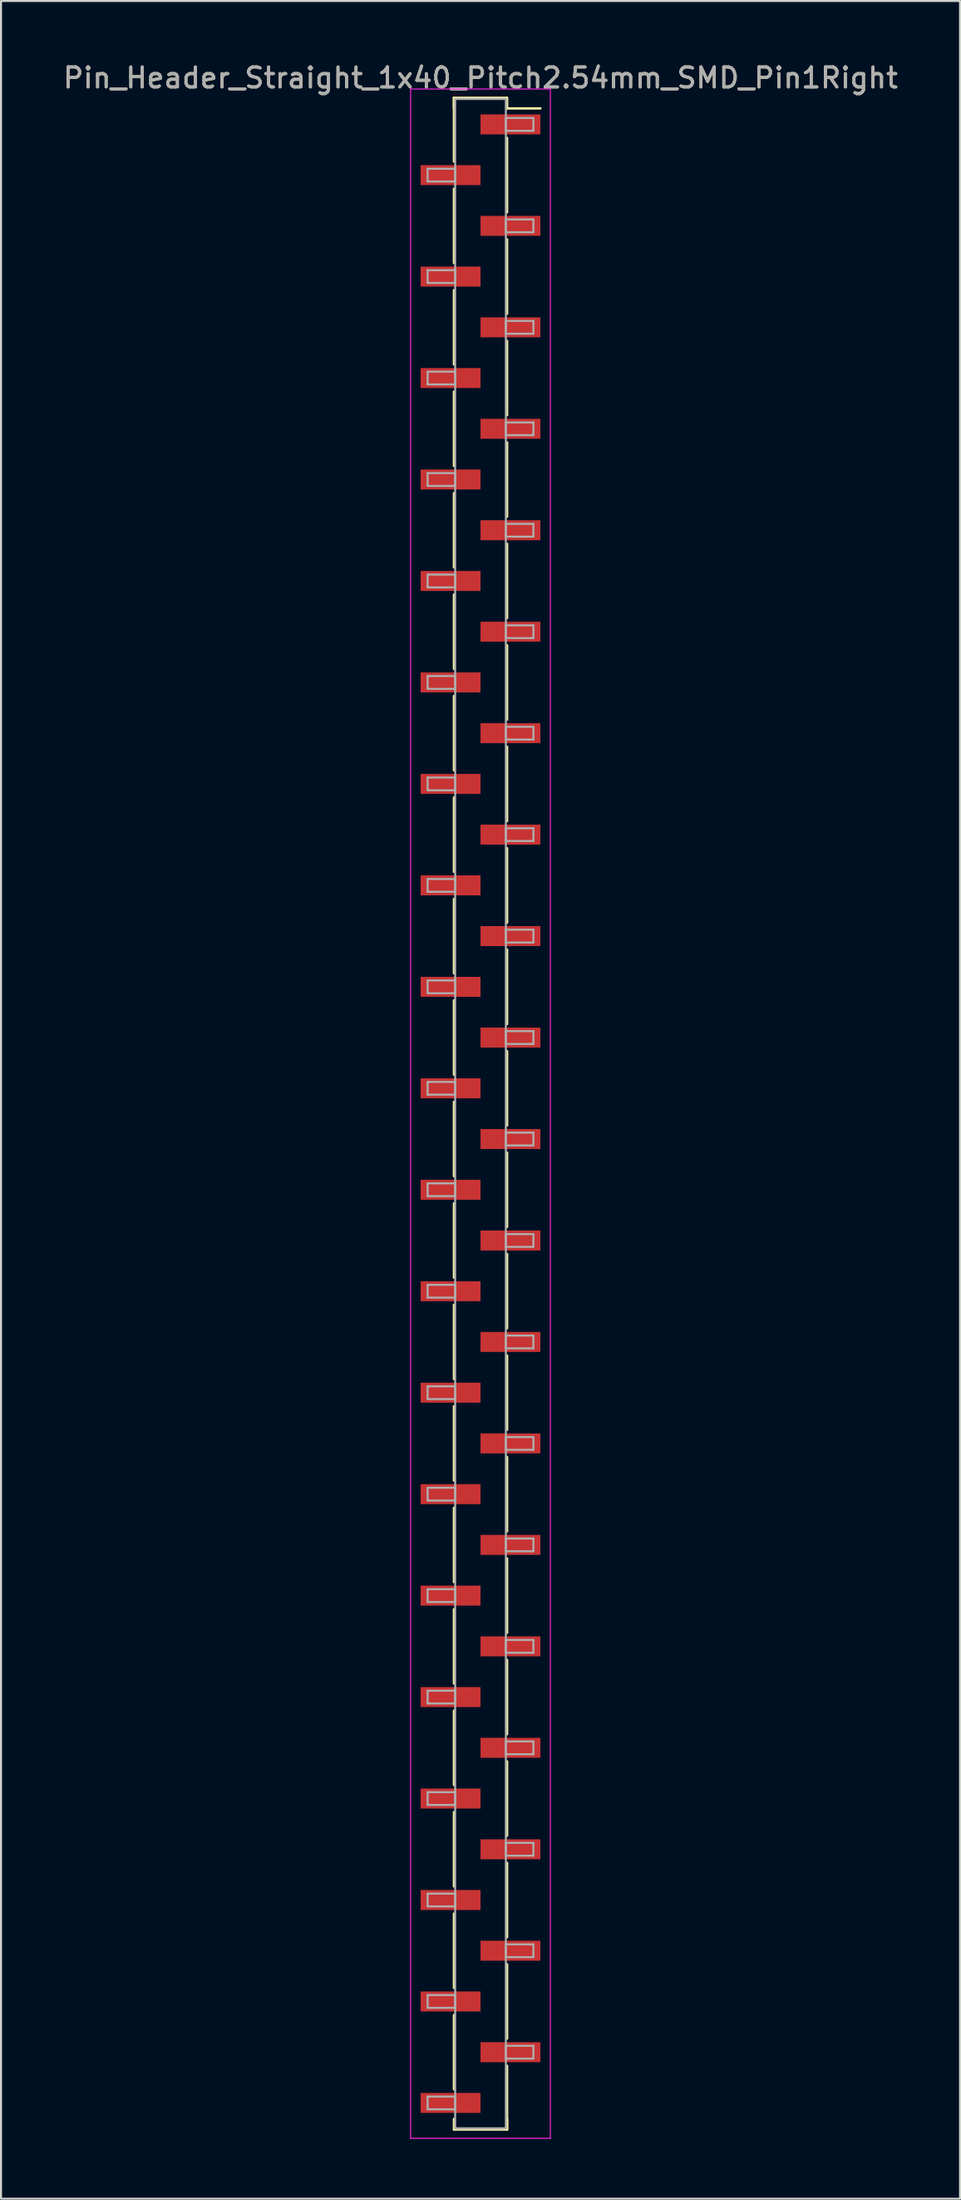
<source format=kicad_pcb>
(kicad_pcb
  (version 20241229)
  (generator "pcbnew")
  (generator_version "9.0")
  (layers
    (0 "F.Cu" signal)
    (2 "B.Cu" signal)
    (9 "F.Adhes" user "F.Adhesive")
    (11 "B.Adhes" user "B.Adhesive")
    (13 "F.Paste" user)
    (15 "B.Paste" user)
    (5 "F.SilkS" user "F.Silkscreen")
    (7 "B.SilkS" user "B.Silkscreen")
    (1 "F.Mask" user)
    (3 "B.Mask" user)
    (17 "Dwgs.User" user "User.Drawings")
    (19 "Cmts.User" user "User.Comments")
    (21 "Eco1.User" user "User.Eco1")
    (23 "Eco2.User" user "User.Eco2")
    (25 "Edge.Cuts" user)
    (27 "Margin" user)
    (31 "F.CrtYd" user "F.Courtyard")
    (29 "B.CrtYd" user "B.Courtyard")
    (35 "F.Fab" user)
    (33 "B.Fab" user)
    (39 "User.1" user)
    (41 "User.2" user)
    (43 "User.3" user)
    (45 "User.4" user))
  (footprint "Pin_Header_Straight_1x40_Pitch2.54mm_SMD_Pin1Right"
    (layer "F.Cu")
    (at 21.03 52.708)
    (property "Reference" "Pin_Header_Straight_1x40_Pitch2.54mm_SMD_Pin1Right" (at 0 -51.86 0) (layer "F.SilkS") (effects (font (size 1 1) (thickness 0.15))))
    (attr smd)
    (fp_line (start -1.33 -50.86) (end -1.33 -47.67) (stroke (width 0.12) (type solid)) (layer "F.SilkS"))
    (fp_line (start -1.33 -50.86) (end 1.33 -50.86) (stroke (width 0.12) (type solid)) (layer "F.SilkS"))
    (fp_line (start -1.33 -50.33) (end -1.33 -50.86) (stroke (width 0.12) (type solid)) (layer "F.SilkS"))
    (fp_line (start -1.33 -46.31) (end -1.33 -42.59) (stroke (width 0.12) (type solid)) (layer "F.SilkS"))
    (fp_line (start -1.33 -41.23) (end -1.33 -37.51) (stroke (width 0.12) (type solid)) (layer "F.SilkS"))
    (fp_line (start -1.33 -36.15) (end -1.33 -32.43) (stroke (width 0.12) (type solid)) (layer "F.SilkS"))
    (fp_line (start -1.33 -31.07) (end -1.33 -27.35) (stroke (width 0.12) (type solid)) (layer "F.SilkS"))
    (fp_line (start -1.33 -25.99) (end -1.33 -22.27) (stroke (width 0.12) (type solid)) (layer "F.SilkS"))
    (fp_line (start -1.33 -20.91) (end -1.33 -17.19) (stroke (width 0.12) (type solid)) (layer "F.SilkS"))
    (fp_line (start -1.33 -15.83) (end -1.33 -12.11) (stroke (width 0.12) (type solid)) (layer "F.SilkS"))
    (fp_line (start -1.33 -10.75) (end -1.33 -7.03) (stroke (width 0.12) (type solid)) (layer "F.SilkS"))
    (fp_line (start -1.33 -5.67) (end -1.33 -1.95) (stroke (width 0.12) (type solid)) (layer "F.SilkS"))
    (fp_line (start -1.33 -0.59) (end -1.33 3.13) (stroke (width 0.12) (type solid)) (layer "F.SilkS"))
    (fp_line (start -1.33 4.49) (end -1.33 8.21) (stroke (width 0.12) (type solid)) (layer "F.SilkS"))
    (fp_line (start -1.33 9.57) (end -1.33 13.29) (stroke (width 0.12) (type solid)) (layer "F.SilkS"))
    (fp_line (start -1.33 14.65) (end -1.33 18.37) (stroke (width 0.12) (type solid)) (layer "F.SilkS"))
    (fp_line (start -1.33 19.73) (end -1.33 23.45) (stroke (width 0.12) (type solid)) (layer "F.SilkS"))
    (fp_line (start -1.33 24.81) (end -1.33 28.53) (stroke (width 0.12) (type solid)) (layer "F.SilkS"))
    (fp_line (start -1.33 29.89) (end -1.33 33.61) (stroke (width 0.12) (type solid)) (layer "F.SilkS"))
    (fp_line (start -1.33 34.97) (end -1.33 38.69) (stroke (width 0.12) (type solid)) (layer "F.SilkS"))
    (fp_line (start -1.33 40.05) (end -1.33 43.77) (stroke (width 0.12) (type solid)) (layer "F.SilkS"))
    (fp_line (start -1.33 45.13) (end -1.33 48.85) (stroke (width 0.12) (type solid)) (layer "F.SilkS"))
    (fp_line (start -1.33 50.33) (end -1.33 50.86) (stroke (width 0.12) (type solid)) (layer "F.SilkS"))
    (fp_line (start -1.33 50.86) (end 1.33 50.86) (stroke (width 0.12) (type solid)) (layer "F.SilkS"))
    (fp_line (start 1.33 -50.86) (end 1.33 -50.33) (stroke (width 0.12) (type solid)) (layer "F.SilkS"))
    (fp_line (start 1.33 -50.33) (end 3 -50.33) (stroke (width 0.12) (type solid)) (layer "F.SilkS"))
    (fp_line (start 1.33 -48.85) (end 1.33 -45.13) (stroke (width 0.12) (type solid)) (layer "F.SilkS"))
    (fp_line (start 1.33 -43.77) (end 1.33 -40.05) (stroke (width 0.12) (type solid)) (layer "F.SilkS"))
    (fp_line (start 1.33 -38.69) (end 1.33 -34.97) (stroke (width 0.12) (type solid)) (layer "F.SilkS"))
    (fp_line (start 1.33 -33.61) (end 1.33 -29.89) (stroke (width 0.12) (type solid)) (layer "F.SilkS"))
    (fp_line (start 1.33 -28.53) (end 1.33 -24.81) (stroke (width 0.12) (type solid)) (layer "F.SilkS"))
    (fp_line (start 1.33 -23.45) (end 1.33 -19.73) (stroke (width 0.12) (type solid)) (layer "F.SilkS"))
    (fp_line (start 1.33 -18.37) (end 1.33 -14.65) (stroke (width 0.12) (type solid)) (layer "F.SilkS"))
    (fp_line (start 1.33 -13.29) (end 1.33 -9.57) (stroke (width 0.12) (type solid)) (layer "F.SilkS"))
    (fp_line (start 1.33 -8.21) (end 1.33 -4.49) (stroke (width 0.12) (type solid)) (layer "F.SilkS"))
    (fp_line (start 1.33 -3.13) (end 1.33 0.59) (stroke (width 0.12) (type solid)) (layer "F.SilkS"))
    (fp_line (start 1.33 1.95) (end 1.33 5.67) (stroke (width 0.12) (type solid)) (layer "F.SilkS"))
    (fp_line (start 1.33 7.03) (end 1.33 10.75) (stroke (width 0.12) (type solid)) (layer "F.SilkS"))
    (fp_line (start 1.33 12.11) (end 1.33 15.83) (stroke (width 0.12) (type solid)) (layer "F.SilkS"))
    (fp_line (start 1.33 17.19) (end 1.33 20.91) (stroke (width 0.12) (type solid)) (layer "F.SilkS"))
    (fp_line (start 1.33 22.27) (end 1.33 25.99) (stroke (width 0.12) (type solid)) (layer "F.SilkS"))
    (fp_line (start 1.33 27.35) (end 1.33 31.07) (stroke (width 0.12) (type solid)) (layer "F.SilkS"))
    (fp_line (start 1.33 32.43) (end 1.33 36.15) (stroke (width 0.12) (type solid)) (layer "F.SilkS"))
    (fp_line (start 1.33 37.51) (end 1.33 41.23) (stroke (width 0.12) (type solid)) (layer "F.SilkS"))
    (fp_line (start 1.33 42.59) (end 1.33 46.31) (stroke (width 0.12) (type solid)) (layer "F.SilkS"))
    (fp_line (start 1.33 47.67) (end 1.33 50.86) (stroke (width 0.12) (type solid)) (layer "F.SilkS"))
    (fp_line (start 1.33 50.86) (end 1.33 50.33) (stroke (width 0.12) (type solid)) (layer "F.SilkS"))
    (fp_line (start -3.5 -51.3) (end -3.5 51.3) (stroke (width 0.05) (type solid)) (layer "F.CrtYd"))
    (fp_line (start -3.5 51.3) (end 3.5 51.3) (stroke (width 0.05) (type solid)) (layer "F.CrtYd"))
    (fp_line (start 3.5 -51.3) (end -3.5 -51.3) (stroke (width 0.05) (type solid)) (layer "F.CrtYd"))
    (fp_line (start 3.5 51.3) (end 3.5 -51.3) (stroke (width 0.05) (type solid)) (layer "F.CrtYd"))
    (fp_line (start -2.65 -47.31) (end -1.27 -47.31) (stroke (width 0.1) (type solid)) (layer "F.Fab"))
    (fp_line (start -2.65 -46.67) (end -2.65 -47.31) (stroke (width 0.1) (type solid)) (layer "F.Fab"))
    (fp_line (start -2.65 -42.23) (end -1.27 -42.23) (stroke (width 0.1) (type solid)) (layer "F.Fab"))
    (fp_line (start -2.65 -41.59) (end -2.65 -42.23) (stroke (width 0.1) (type solid)) (layer "F.Fab"))
    (fp_line (start -2.65 -37.15) (end -1.27 -37.15) (stroke (width 0.1) (type solid)) (layer "F.Fab"))
    (fp_line (start -2.65 -36.51) (end -2.65 -37.15) (stroke (width 0.1) (type solid)) (layer "F.Fab"))
    (fp_line (start -2.65 -32.07) (end -1.27 -32.07) (stroke (width 0.1) (type solid)) (layer "F.Fab"))
    (fp_line (start -2.65 -31.43) (end -2.65 -32.07) (stroke (width 0.1) (type solid)) (layer "F.Fab"))
    (fp_line (start -2.65 -26.99) (end -1.27 -26.99) (stroke (width 0.1) (type solid)) (layer "F.Fab"))
    (fp_line (start -2.65 -26.35) (end -2.65 -26.99) (stroke (width 0.1) (type solid)) (layer "F.Fab"))
    (fp_line (start -2.65 -21.91) (end -1.27 -21.91) (stroke (width 0.1) (type solid)) (layer "F.Fab"))
    (fp_line (start -2.65 -21.27) (end -2.65 -21.91) (stroke (width 0.1) (type solid)) (layer "F.Fab"))
    (fp_line (start -2.65 -16.83) (end -1.27 -16.83) (stroke (width 0.1) (type solid)) (layer "F.Fab"))
    (fp_line (start -2.65 -16.19) (end -2.65 -16.83) (stroke (width 0.1) (type solid)) (layer "F.Fab"))
    (fp_line (start -2.65 -11.75) (end -1.27 -11.75) (stroke (width 0.1) (type solid)) (layer "F.Fab"))
    (fp_line (start -2.65 -11.11) (end -2.65 -11.75) (stroke (width 0.1) (type solid)) (layer "F.Fab"))
    (fp_line (start -2.65 -6.67) (end -1.27 -6.67) (stroke (width 0.1) (type solid)) (layer "F.Fab"))
    (fp_line (start -2.65 -6.03) (end -2.65 -6.67) (stroke (width 0.1) (type solid)) (layer "F.Fab"))
    (fp_line (start -2.65 -1.59) (end -1.27 -1.59) (stroke (width 0.1) (type solid)) (layer "F.Fab"))
    (fp_line (start -2.65 -0.95) (end -2.65 -1.59) (stroke (width 0.1) (type solid)) (layer "F.Fab"))
    (fp_line (start -2.65 3.49) (end -1.27 3.49) (stroke (width 0.1) (type solid)) (layer "F.Fab"))
    (fp_line (start -2.65 4.13) (end -2.65 3.49) (stroke (width 0.1) (type solid)) (layer "F.Fab"))
    (fp_line (start -2.65 8.57) (end -1.27 8.57) (stroke (width 0.1) (type solid)) (layer "F.Fab"))
    (fp_line (start -2.65 9.21) (end -2.65 8.57) (stroke (width 0.1) (type solid)) (layer "F.Fab"))
    (fp_line (start -2.65 13.65) (end -1.27 13.65) (stroke (width 0.1) (type solid)) (layer "F.Fab"))
    (fp_line (start -2.65 14.29) (end -2.65 13.65) (stroke (width 0.1) (type solid)) (layer "F.Fab"))
    (fp_line (start -2.65 18.73) (end -1.27 18.73) (stroke (width 0.1) (type solid)) (layer "F.Fab"))
    (fp_line (start -2.65 19.37) (end -2.65 18.73) (stroke (width 0.1) (type solid)) (layer "F.Fab"))
    (fp_line (start -2.65 23.81) (end -1.27 23.81) (stroke (width 0.1) (type solid)) (layer "F.Fab"))
    (fp_line (start -2.65 24.45) (end -2.65 23.81) (stroke (width 0.1) (type solid)) (layer "F.Fab"))
    (fp_line (start -2.65 28.89) (end -1.27 28.89) (stroke (width 0.1) (type solid)) (layer "F.Fab"))
    (fp_line (start -2.65 29.53) (end -2.65 28.89) (stroke (width 0.1) (type solid)) (layer "F.Fab"))
    (fp_line (start -2.65 33.97) (end -1.27 33.97) (stroke (width 0.1) (type solid)) (layer "F.Fab"))
    (fp_line (start -2.65 34.61) (end -2.65 33.97) (stroke (width 0.1) (type solid)) (layer "F.Fab"))
    (fp_line (start -2.65 39.05) (end -1.27 39.05) (stroke (width 0.1) (type solid)) (layer "F.Fab"))
    (fp_line (start -2.65 39.69) (end -2.65 39.05) (stroke (width 0.1) (type solid)) (layer "F.Fab"))
    (fp_line (start -2.65 44.13) (end -1.27 44.13) (stroke (width 0.1) (type solid)) (layer "F.Fab"))
    (fp_line (start -2.65 44.77) (end -2.65 44.13) (stroke (width 0.1) (type solid)) (layer "F.Fab"))
    (fp_line (start -2.65 49.21) (end -1.27 49.21) (stroke (width 0.1) (type solid)) (layer "F.Fab"))
    (fp_line (start -2.65 49.85) (end -2.65 49.21) (stroke (width 0.1) (type solid)) (layer "F.Fab"))
    (fp_line (start -1.27 -50.8) (end -1.27 50.8) (stroke (width 0.1) (type solid)) (layer "F.Fab"))
    (fp_line (start -1.27 -47.31) (end -1.27 -46.67) (stroke (width 0.1) (type solid)) (layer "F.Fab"))
    (fp_line (start -1.27 -46.67) (end -2.65 -46.67) (stroke (width 0.1) (type solid)) (layer "F.Fab"))
    (fp_line (start -1.27 -42.23) (end -1.27 -41.59) (stroke (width 0.1) (type solid)) (layer "F.Fab"))
    (fp_line (start -1.27 -41.59) (end -2.65 -41.59) (stroke (width 0.1) (type solid)) (layer "F.Fab"))
    (fp_line (start -1.27 -37.15) (end -1.27 -36.51) (stroke (width 0.1) (type solid)) (layer "F.Fab"))
    (fp_line (start -1.27 -36.51) (end -2.65 -36.51) (stroke (width 0.1) (type solid)) (layer "F.Fab"))
    (fp_line (start -1.27 -32.07) (end -1.27 -31.43) (stroke (width 0.1) (type solid)) (layer "F.Fab"))
    (fp_line (start -1.27 -31.43) (end -2.65 -31.43) (stroke (width 0.1) (type solid)) (layer "F.Fab"))
    (fp_line (start -1.27 -26.99) (end -1.27 -26.35) (stroke (width 0.1) (type solid)) (layer "F.Fab"))
    (fp_line (start -1.27 -26.35) (end -2.65 -26.35) (stroke (width 0.1) (type solid)) (layer "F.Fab"))
    (fp_line (start -1.27 -21.91) (end -1.27 -21.27) (stroke (width 0.1) (type solid)) (layer "F.Fab"))
    (fp_line (start -1.27 -21.27) (end -2.65 -21.27) (stroke (width 0.1) (type solid)) (layer "F.Fab"))
    (fp_line (start -1.27 -16.83) (end -1.27 -16.19) (stroke (width 0.1) (type solid)) (layer "F.Fab"))
    (fp_line (start -1.27 -16.19) (end -2.65 -16.19) (stroke (width 0.1) (type solid)) (layer "F.Fab"))
    (fp_line (start -1.27 -11.75) (end -1.27 -11.11) (stroke (width 0.1) (type solid)) (layer "F.Fab"))
    (fp_line (start -1.27 -11.11) (end -2.65 -11.11) (stroke (width 0.1) (type solid)) (layer "F.Fab"))
    (fp_line (start -1.27 -6.67) (end -1.27 -6.03) (stroke (width 0.1) (type solid)) (layer "F.Fab"))
    (fp_line (start -1.27 -6.03) (end -2.65 -6.03) (stroke (width 0.1) (type solid)) (layer "F.Fab"))
    (fp_line (start -1.27 -1.59) (end -1.27 -0.95) (stroke (width 0.1) (type solid)) (layer "F.Fab"))
    (fp_line (start -1.27 -0.95) (end -2.65 -0.95) (stroke (width 0.1) (type solid)) (layer "F.Fab"))
    (fp_line (start -1.27 3.49) (end -1.27 4.13) (stroke (width 0.1) (type solid)) (layer "F.Fab"))
    (fp_line (start -1.27 4.13) (end -2.65 4.13) (stroke (width 0.1) (type solid)) (layer "F.Fab"))
    (fp_line (start -1.27 8.57) (end -1.27 9.21) (stroke (width 0.1) (type solid)) (layer "F.Fab"))
    (fp_line (start -1.27 9.21) (end -2.65 9.21) (stroke (width 0.1) (type solid)) (layer "F.Fab"))
    (fp_line (start -1.27 13.65) (end -1.27 14.29) (stroke (width 0.1) (type solid)) (layer "F.Fab"))
    (fp_line (start -1.27 14.29) (end -2.65 14.29) (stroke (width 0.1) (type solid)) (layer "F.Fab"))
    (fp_line (start -1.27 18.73) (end -1.27 19.37) (stroke (width 0.1) (type solid)) (layer "F.Fab"))
    (fp_line (start -1.27 19.37) (end -2.65 19.37) (stroke (width 0.1) (type solid)) (layer "F.Fab"))
    (fp_line (start -1.27 23.81) (end -1.27 24.45) (stroke (width 0.1) (type solid)) (layer "F.Fab"))
    (fp_line (start -1.27 24.45) (end -2.65 24.45) (stroke (width 0.1) (type solid)) (layer "F.Fab"))
    (fp_line (start -1.27 28.89) (end -1.27 29.53) (stroke (width 0.1) (type solid)) (layer "F.Fab"))
    (fp_line (start -1.27 29.53) (end -2.65 29.53) (stroke (width 0.1) (type solid)) (layer "F.Fab"))
    (fp_line (start -1.27 33.97) (end -1.27 34.61) (stroke (width 0.1) (type solid)) (layer "F.Fab"))
    (fp_line (start -1.27 34.61) (end -2.65 34.61) (stroke (width 0.1) (type solid)) (layer "F.Fab"))
    (fp_line (start -1.27 39.05) (end -1.27 39.69) (stroke (width 0.1) (type solid)) (layer "F.Fab"))
    (fp_line (start -1.27 39.69) (end -2.65 39.69) (stroke (width 0.1) (type solid)) (layer "F.Fab"))
    (fp_line (start -1.27 44.13) (end -1.27 44.77) (stroke (width 0.1) (type solid)) (layer "F.Fab"))
    (fp_line (start -1.27 44.77) (end -2.65 44.77) (stroke (width 0.1) (type solid)) (layer "F.Fab"))
    (fp_line (start -1.27 49.21) (end -1.27 49.85) (stroke (width 0.1) (type solid)) (layer "F.Fab"))
    (fp_line (start -1.27 49.85) (end -2.65 49.85) (stroke (width 0.1) (type solid)) (layer "F.Fab"))
    (fp_line (start -1.27 50.8) (end 1.27 50.8) (stroke (width 0.1) (type solid)) (layer "F.Fab"))
    (fp_line (start 1.27 -50.8) (end -1.27 -50.8) (stroke (width 0.1) (type solid)) (layer "F.Fab"))
    (fp_line (start 1.27 -49.85) (end 1.27 -49.21) (stroke (width 0.1) (type solid)) (layer "F.Fab"))
    (fp_line (start 1.27 -49.21) (end 2.65 -49.21) (stroke (width 0.1) (type solid)) (layer "F.Fab"))
    (fp_line (start 1.27 -44.77) (end 1.27 -44.13) (stroke (width 0.1) (type solid)) (layer "F.Fab"))
    (fp_line (start 1.27 -44.13) (end 2.65 -44.13) (stroke (width 0.1) (type solid)) (layer "F.Fab"))
    (fp_line (start 1.27 -39.69) (end 1.27 -39.05) (stroke (width 0.1) (type solid)) (layer "F.Fab"))
    (fp_line (start 1.27 -39.05) (end 2.65 -39.05) (stroke (width 0.1) (type solid)) (layer "F.Fab"))
    (fp_line (start 1.27 -34.61) (end 1.27 -33.97) (stroke (width 0.1) (type solid)) (layer "F.Fab"))
    (fp_line (start 1.27 -33.97) (end 2.65 -33.97) (stroke (width 0.1) (type solid)) (layer "F.Fab"))
    (fp_line (start 1.27 -29.53) (end 1.27 -28.89) (stroke (width 0.1) (type solid)) (layer "F.Fab"))
    (fp_line (start 1.27 -28.89) (end 2.65 -28.89) (stroke (width 0.1) (type solid)) (layer "F.Fab"))
    (fp_line (start 1.27 -24.45) (end 1.27 -23.81) (stroke (width 0.1) (type solid)) (layer "F.Fab"))
    (fp_line (start 1.27 -23.81) (end 2.65 -23.81) (stroke (width 0.1) (type solid)) (layer "F.Fab"))
    (fp_line (start 1.27 -19.37) (end 1.27 -18.73) (stroke (width 0.1) (type solid)) (layer "F.Fab"))
    (fp_line (start 1.27 -18.73) (end 2.65 -18.73) (stroke (width 0.1) (type solid)) (layer "F.Fab"))
    (fp_line (start 1.27 -14.29) (end 1.27 -13.65) (stroke (width 0.1) (type solid)) (layer "F.Fab"))
    (fp_line (start 1.27 -13.65) (end 2.65 -13.65) (stroke (width 0.1) (type solid)) (layer "F.Fab"))
    (fp_line (start 1.27 -9.21) (end 1.27 -8.57) (stroke (width 0.1) (type solid)) (layer "F.Fab"))
    (fp_line (start 1.27 -8.57) (end 2.65 -8.57) (stroke (width 0.1) (type solid)) (layer "F.Fab"))
    (fp_line (start 1.27 -4.13) (end 1.27 -3.49) (stroke (width 0.1) (type solid)) (layer "F.Fab"))
    (fp_line (start 1.27 -3.49) (end 2.65 -3.49) (stroke (width 0.1) (type solid)) (layer "F.Fab"))
    (fp_line (start 1.27 0.95) (end 1.27 1.59) (stroke (width 0.1) (type solid)) (layer "F.Fab"))
    (fp_line (start 1.27 1.59) (end 2.65 1.59) (stroke (width 0.1) (type solid)) (layer "F.Fab"))
    (fp_line (start 1.27 6.03) (end 1.27 6.67) (stroke (width 0.1) (type solid)) (layer "F.Fab"))
    (fp_line (start 1.27 6.67) (end 2.65 6.67) (stroke (width 0.1) (type solid)) (layer "F.Fab"))
    (fp_line (start 1.27 11.11) (end 1.27 11.75) (stroke (width 0.1) (type solid)) (layer "F.Fab"))
    (fp_line (start 1.27 11.75) (end 2.65 11.75) (stroke (width 0.1) (type solid)) (layer "F.Fab"))
    (fp_line (start 1.27 16.19) (end 1.27 16.83) (stroke (width 0.1) (type solid)) (layer "F.Fab"))
    (fp_line (start 1.27 16.83) (end 2.65 16.83) (stroke (width 0.1) (type solid)) (layer "F.Fab"))
    (fp_line (start 1.27 21.27) (end 1.27 21.91) (stroke (width 0.1) (type solid)) (layer "F.Fab"))
    (fp_line (start 1.27 21.91) (end 2.65 21.91) (stroke (width 0.1) (type solid)) (layer "F.Fab"))
    (fp_line (start 1.27 26.35) (end 1.27 26.99) (stroke (width 0.1) (type solid)) (layer "F.Fab"))
    (fp_line (start 1.27 26.99) (end 2.65 26.99) (stroke (width 0.1) (type solid)) (layer "F.Fab"))
    (fp_line (start 1.27 31.43) (end 1.27 32.07) (stroke (width 0.1) (type solid)) (layer "F.Fab"))
    (fp_line (start 1.27 32.07) (end 2.65 32.07) (stroke (width 0.1) (type solid)) (layer "F.Fab"))
    (fp_line (start 1.27 36.51) (end 1.27 37.15) (stroke (width 0.1) (type solid)) (layer "F.Fab"))
    (fp_line (start 1.27 37.15) (end 2.65 37.15) (stroke (width 0.1) (type solid)) (layer "F.Fab"))
    (fp_line (start 1.27 41.59) (end 1.27 42.23) (stroke (width 0.1) (type solid)) (layer "F.Fab"))
    (fp_line (start 1.27 42.23) (end 2.65 42.23) (stroke (width 0.1) (type solid)) (layer "F.Fab"))
    (fp_line (start 1.27 46.67) (end 1.27 47.31) (stroke (width 0.1) (type solid)) (layer "F.Fab"))
    (fp_line (start 1.27 47.31) (end 2.65 47.31) (stroke (width 0.1) (type solid)) (layer "F.Fab"))
    (fp_line (start 1.27 50.8) (end 1.27 -50.8) (stroke (width 0.1) (type solid)) (layer "F.Fab"))
    (fp_line (start 2.65 -49.85) (end 1.27 -49.85) (stroke (width 0.1) (type solid)) (layer "F.Fab"))
    (fp_line (start 2.65 -49.21) (end 2.65 -49.85) (stroke (width 0.1) (type solid)) (layer "F.Fab"))
    (fp_line (start 2.65 -44.77) (end 1.27 -44.77) (stroke (width 0.1) (type solid)) (layer "F.Fab"))
    (fp_line (start 2.65 -44.13) (end 2.65 -44.77) (stroke (width 0.1) (type solid)) (layer "F.Fab"))
    (fp_line (start 2.65 -39.69) (end 1.27 -39.69) (stroke (width 0.1) (type solid)) (layer "F.Fab"))
    (fp_line (start 2.65 -39.05) (end 2.65 -39.69) (stroke (width 0.1) (type solid)) (layer "F.Fab"))
    (fp_line (start 2.65 -34.61) (end 1.27 -34.61) (stroke (width 0.1) (type solid)) (layer "F.Fab"))
    (fp_line (start 2.65 -33.97) (end 2.65 -34.61) (stroke (width 0.1) (type solid)) (layer "F.Fab"))
    (fp_line (start 2.65 -29.53) (end 1.27 -29.53) (stroke (width 0.1) (type solid)) (layer "F.Fab"))
    (fp_line (start 2.65 -28.89) (end 2.65 -29.53) (stroke (width 0.1) (type solid)) (layer "F.Fab"))
    (fp_line (start 2.65 -24.45) (end 1.27 -24.45) (stroke (width 0.1) (type solid)) (layer "F.Fab"))
    (fp_line (start 2.65 -23.81) (end 2.65 -24.45) (stroke (width 0.1) (type solid)) (layer "F.Fab"))
    (fp_line (start 2.65 -19.37) (end 1.27 -19.37) (stroke (width 0.1) (type solid)) (layer "F.Fab"))
    (fp_line (start 2.65 -18.73) (end 2.65 -19.37) (stroke (width 0.1) (type solid)) (layer "F.Fab"))
    (fp_line (start 2.65 -14.29) (end 1.27 -14.29) (stroke (width 0.1) (type solid)) (layer "F.Fab"))
    (fp_line (start 2.65 -13.65) (end 2.65 -14.29) (stroke (width 0.1) (type solid)) (layer "F.Fab"))
    (fp_line (start 2.65 -9.21) (end 1.27 -9.21) (stroke (width 0.1) (type solid)) (layer "F.Fab"))
    (fp_line (start 2.65 -8.57) (end 2.65 -9.21) (stroke (width 0.1) (type solid)) (layer "F.Fab"))
    (fp_line (start 2.65 -4.13) (end 1.27 -4.13) (stroke (width 0.1) (type solid)) (layer "F.Fab"))
    (fp_line (start 2.65 -3.49) (end 2.65 -4.13) (stroke (width 0.1) (type solid)) (layer "F.Fab"))
    (fp_line (start 2.65 0.95) (end 1.27 0.95) (stroke (width 0.1) (type solid)) (layer "F.Fab"))
    (fp_line (start 2.65 1.59) (end 2.65 0.95) (stroke (width 0.1) (type solid)) (layer "F.Fab"))
    (fp_line (start 2.65 6.03) (end 1.27 6.03) (stroke (width 0.1) (type solid)) (layer "F.Fab"))
    (fp_line (start 2.65 6.67) (end 2.65 6.03) (stroke (width 0.1) (type solid)) (layer "F.Fab"))
    (fp_line (start 2.65 11.11) (end 1.27 11.11) (stroke (width 0.1) (type solid)) (layer "F.Fab"))
    (fp_line (start 2.65 11.75) (end 2.65 11.11) (stroke (width 0.1) (type solid)) (layer "F.Fab"))
    (fp_line (start 2.65 16.19) (end 1.27 16.19) (stroke (width 0.1) (type solid)) (layer "F.Fab"))
    (fp_line (start 2.65 16.83) (end 2.65 16.19) (stroke (width 0.1) (type solid)) (layer "F.Fab"))
    (fp_line (start 2.65 21.27) (end 1.27 21.27) (stroke (width 0.1) (type solid)) (layer "F.Fab"))
    (fp_line (start 2.65 21.91) (end 2.65 21.27) (stroke (width 0.1) (type solid)) (layer "F.Fab"))
    (fp_line (start 2.65 26.35) (end 1.27 26.35) (stroke (width 0.1) (type solid)) (layer "F.Fab"))
    (fp_line (start 2.65 26.99) (end 2.65 26.35) (stroke (width 0.1) (type solid)) (layer "F.Fab"))
    (fp_line (start 2.65 31.43) (end 1.27 31.43) (stroke (width 0.1) (type solid)) (layer "F.Fab"))
    (fp_line (start 2.65 32.07) (end 2.65 31.43) (stroke (width 0.1) (type solid)) (layer "F.Fab"))
    (fp_line (start 2.65 36.51) (end 1.27 36.51) (stroke (width 0.1) (type solid)) (layer "F.Fab"))
    (fp_line (start 2.65 37.15) (end 2.65 36.51) (stroke (width 0.1) (type solid)) (layer "F.Fab"))
    (fp_line (start 2.65 41.59) (end 1.27 41.59) (stroke (width 0.1) (type solid)) (layer "F.Fab"))
    (fp_line (start 2.65 42.23) (end 2.65 41.59) (stroke (width 0.1) (type solid)) (layer "F.Fab"))
    (fp_line (start 2.65 46.67) (end 1.27 46.67) (stroke (width 0.1) (type solid)) (layer "F.Fab"))
    (fp_line (start 2.65 47.31) (end 2.65 46.67) (stroke (width 0.1) (type solid)) (layer "F.Fab"))
    (fp_text user "${REFERENCE}" (at 0 -51.86 0) (layer "F.Fab") (effects (font (size 1 1) (thickness 0.15))))
    (pad "1" smd rect (at 1.5 -49.53) (size 3 1) (layers "F.Cu" "F.Mask" "F.Paste"))
    (pad "2" smd rect (at -1.5 -46.99) (size 3 1) (layers "F.Cu" "F.Mask" "F.Paste"))
    (pad "3" smd rect (at 1.5 -44.45) (size 3 1) (layers "F.Cu" "F.Mask" "F.Paste"))
    (pad "4" smd rect (at -1.5 -41.91) (size 3 1) (layers "F.Cu" "F.Mask" "F.Paste"))
    (pad "5" smd rect (at 1.5 -39.37) (size 3 1) (layers "F.Cu" "F.Mask" "F.Paste"))
    (pad "6" smd rect (at -1.5 -36.83) (size 3 1) (layers "F.Cu" "F.Mask" "F.Paste"))
    (pad "7" smd rect (at 1.5 -34.29) (size 3 1) (layers "F.Cu" "F.Mask" "F.Paste"))
    (pad "8" smd rect (at -1.5 -31.75) (size 3 1) (layers "F.Cu" "F.Mask" "F.Paste"))
    (pad "9" smd rect (at 1.5 -29.21) (size 3 1) (layers "F.Cu" "F.Mask" "F.Paste"))
    (pad "10" smd rect (at -1.5 -26.67) (size 3 1) (layers "F.Cu" "F.Mask" "F.Paste"))
    (pad "11" smd rect (at 1.5 -24.13) (size 3 1) (layers "F.Cu" "F.Mask" "F.Paste"))
    (pad "12" smd rect (at -1.5 -21.59) (size 3 1) (layers "F.Cu" "F.Mask" "F.Paste"))
    (pad "13" smd rect (at 1.5 -19.05) (size 3 1) (layers "F.Cu" "F.Mask" "F.Paste"))
    (pad "14" smd rect (at -1.5 -16.51) (size 3 1) (layers "F.Cu" "F.Mask" "F.Paste"))
    (pad "15" smd rect (at 1.5 -13.97) (size 3 1) (layers "F.Cu" "F.Mask" "F.Paste"))
    (pad "16" smd rect (at -1.5 -11.43) (size 3 1) (layers "F.Cu" "F.Mask" "F.Paste"))
    (pad "17" smd rect (at 1.5 -8.89) (size 3 1) (layers "F.Cu" "F.Mask" "F.Paste"))
    (pad "18" smd rect (at -1.5 -6.35) (size 3 1) (layers "F.Cu" "F.Mask" "F.Paste"))
    (pad "19" smd rect (at 1.5 -3.81) (size 3 1) (layers "F.Cu" "F.Mask" "F.Paste"))
    (pad "20" smd rect (at -1.5 -1.27) (size 3 1) (layers "F.Cu" "F.Mask" "F.Paste"))
    (pad "21" smd rect (at 1.5 1.27) (size 3 1) (layers "F.Cu" "F.Mask" "F.Paste"))
    (pad "22" smd rect (at -1.5 3.81) (size 3 1) (layers "F.Cu" "F.Mask" "F.Paste"))
    (pad "23" smd rect (at 1.5 6.35) (size 3 1) (layers "F.Cu" "F.Mask" "F.Paste"))
    (pad "24" smd rect (at -1.5 8.89) (size 3 1) (layers "F.Cu" "F.Mask" "F.Paste"))
    (pad "25" smd rect (at 1.5 11.43) (size 3 1) (layers "F.Cu" "F.Mask" "F.Paste"))
    (pad "26" smd rect (at -1.5 13.97) (size 3 1) (layers "F.Cu" "F.Mask" "F.Paste"))
    (pad "27" smd rect (at 1.5 16.51) (size 3 1) (layers "F.Cu" "F.Mask" "F.Paste"))
    (pad "28" smd rect (at -1.5 19.05) (size 3 1) (layers "F.Cu" "F.Mask" "F.Paste"))
    (pad "29" smd rect (at 1.5 21.59) (size 3 1) (layers "F.Cu" "F.Mask" "F.Paste"))
    (pad "30" smd rect (at -1.5 24.13) (size 3 1) (layers "F.Cu" "F.Mask" "F.Paste"))
    (pad "31" smd rect (at 1.5 26.67) (size 3 1) (layers "F.Cu" "F.Mask" "F.Paste"))
    (pad "32" smd rect (at -1.5 29.21) (size 3 1) (layers "F.Cu" "F.Mask" "F.Paste"))
    (pad "33" smd rect (at 1.5 31.75) (size 3 1) (layers "F.Cu" "F.Mask" "F.Paste"))
    (pad "34" smd rect (at -1.5 34.29) (size 3 1) (layers "F.Cu" "F.Mask" "F.Paste"))
    (pad "35" smd rect (at 1.5 36.83) (size 3 1) (layers "F.Cu" "F.Mask" "F.Paste"))
    (pad "36" smd rect (at -1.5 39.37) (size 3 1) (layers "F.Cu" "F.Mask" "F.Paste"))
    (pad "37" smd rect (at 1.5 41.91) (size 3 1) (layers "F.Cu" "F.Mask" "F.Paste"))
    (pad "38" smd rect (at -1.5 44.45) (size 3 1) (layers "F.Cu" "F.Mask" "F.Paste"))
    (pad "39" smd rect (at 1.5 46.99) (size 3 1) (layers "F.Cu" "F.Mask" "F.Paste"))
    (pad "40" smd rect (at -1.5 49.53) (size 3 1) (layers "F.Cu" "F.Mask" "F.Paste")))
  (gr_rect
    (start -3 -3)
    (end 45.06 107.033)
    (stroke (width 0.1) (type default))
    (fill no)
    (layer "Edge.Cuts")))
</source>
